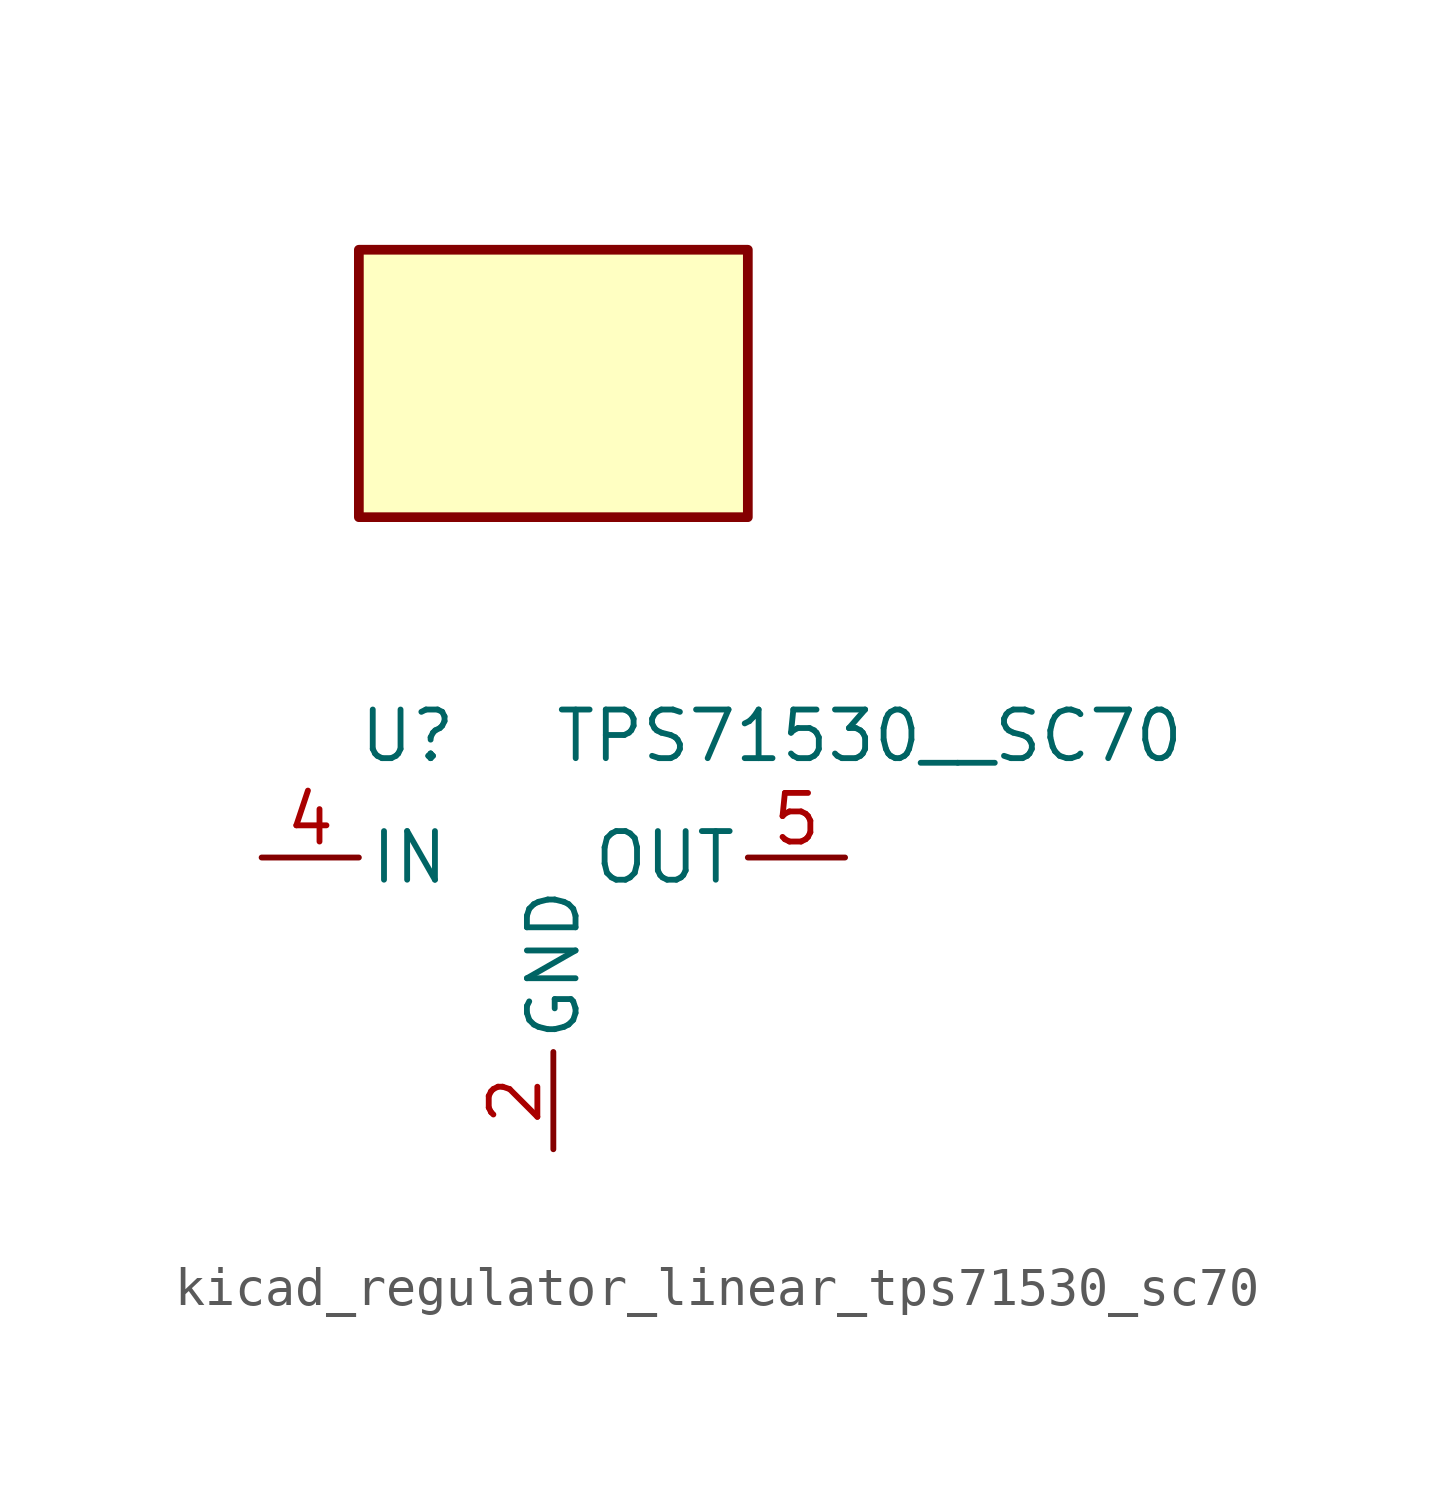
<source format=kicad_sym>
(kicad_symbol_lib
  (version 20220914)
  (generator kicad_symbol_editor)
  (symbol "kicad_regulator_linear_tps71530_sc70"
    (pin_names
      (offset 0.254))
    (property "Reference" "U"
      (at -3.81 3.175 0)
      (effects (font (size 1.27 1.27))))
    (property "Value" "TPS71530__SC70"
      (at 0 3.175 0)
      (effects (font (size 1.27 1.27)) (justify left)))
    (symbol "kicad_regulator_linear_tps71530_sc70_0_1"
      (rectangle (start 5.08 15.875) (end -5.08 8.89) (stroke (width 0.254) (type default)) (fill (type background))))
    (symbol "kicad_regulator_linear_tps71530_sc70_1_1"
      (pin no_connect line (at 5.08 -2.54 180) (length 2.54) hide (name "NC" (effects (font (size 1.27 1.27)))) (number "1" (effects (font (size 1.27 1.27)))))
      (pin power_in line (at 0 -7.62 90) (length 2.54) (name "GND" (effects (font (size 1.27 1.27)))) (number "2" (effects (font (size 1.27 1.27)))))
      (pin no_connect line (at -5.08 -2.54 0) (length 2.54) hide (name "NC" (effects (font (size 1.27 1.27)))) (number "3" (effects (font (size 1.27 1.27)))))
      (pin power_in line (at -7.62 0 0) (length 2.54) (name "IN" (effects (font (size 1.27 1.27)))) (number "4" (effects (font (size 1.27 1.27)))))
      (pin power_out line (at 7.62 0 180) (length 2.54) (name "OUT" (effects (font (size 1.27 1.27)))) (number "5" (effects (font (size 1.27 1.27))))))))
</source>
